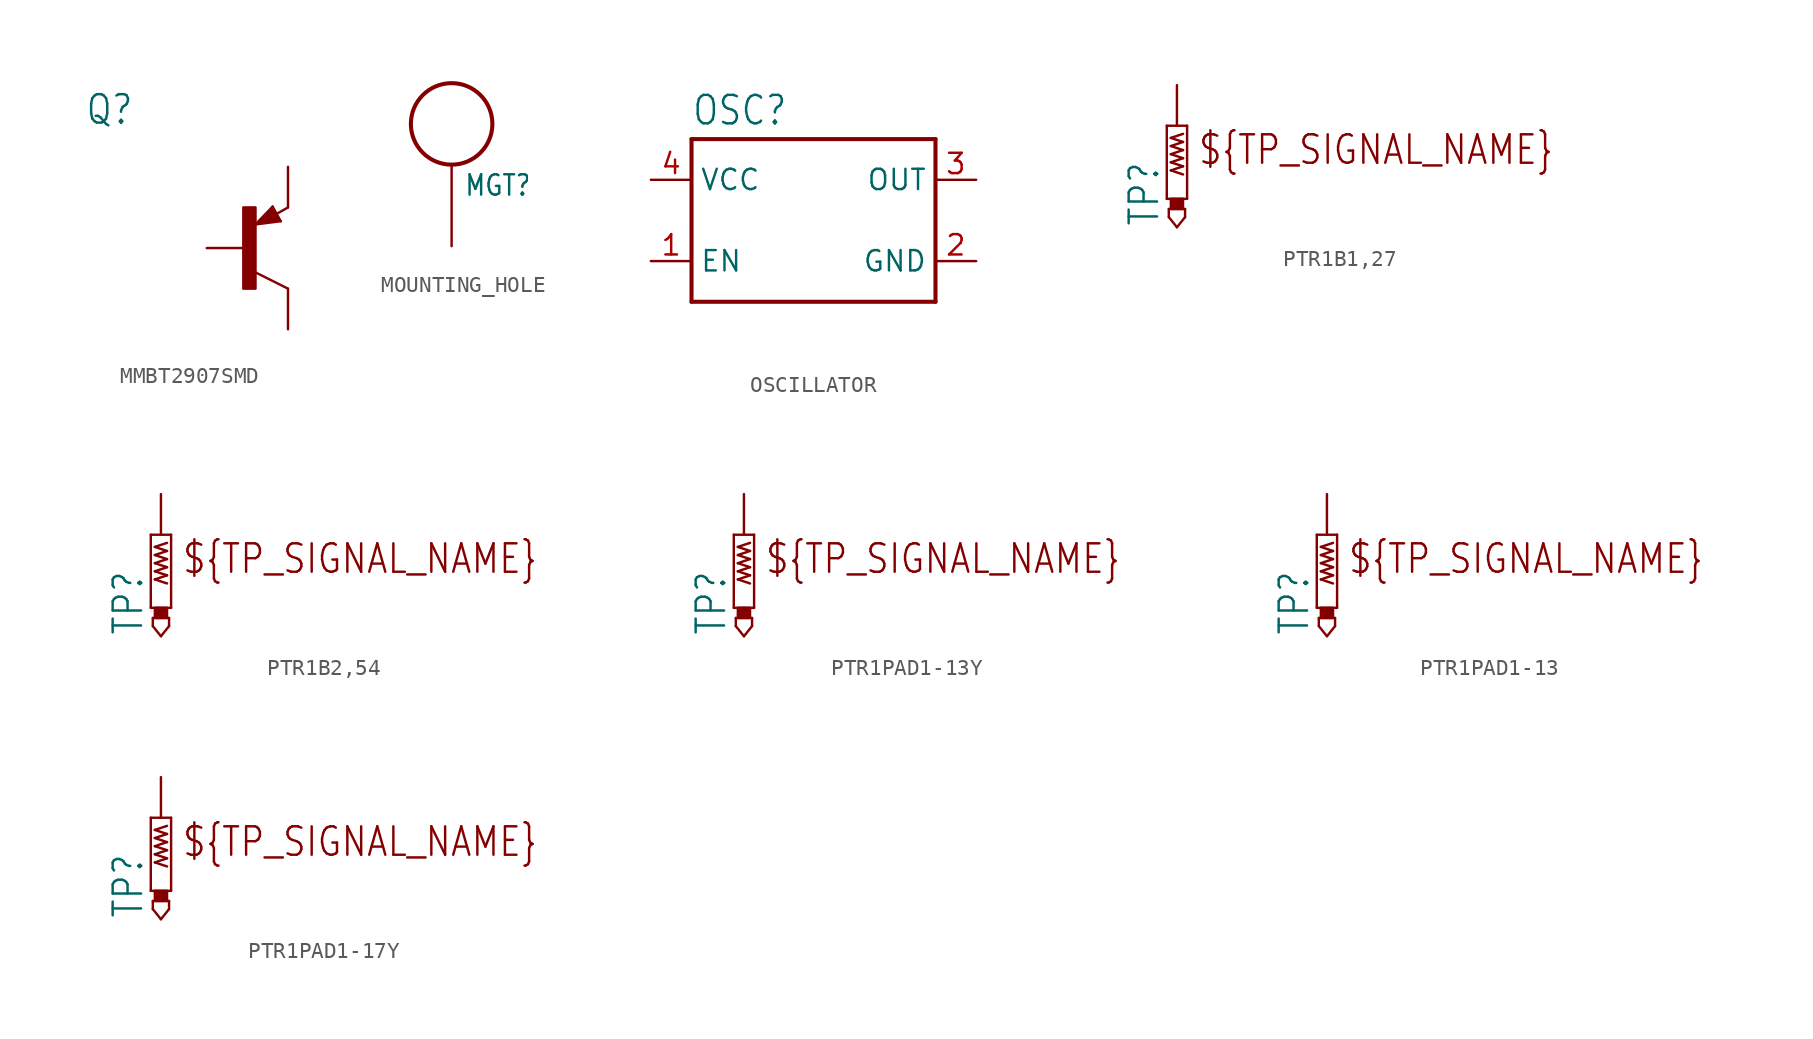
<source format=kicad_sym>
(kicad_symbol_lib
  (version 20231120)
  (generator "kicad_symbol_editor")
  (generator_version "8.0")
  (symbol "MMBT2907SMD"
    (property "Reference" "Q"
      (at -10.16 7.62 0)
      (effects (font (size 1.778 1.511)) (justify left bottom)))
    (property "Value" ""
      (at -10.16 5.08 0)
      (effects (font (size 1.778 1.511)) (justify left bottom)))
    (property "ki_locked" ""
      (at 0 0 0)
      (effects (font (size 1.27 1.27))))
    (symbol "MMBT2907SMD_1_0"
      (rectangle (start -0.254 -2.54) (end 0.508 2.54) (stroke (width 0) (type default)) (fill (type outline)))
      (polyline (pts (xy 0.516 1.478) (xy 2.086 1.678)) (stroke (width 0.152) (type solid)) (fill (type none)))
      (polyline (pts (xy 0.762 1.651) (xy 1.778 1.778)) (stroke (width 0.254) (type solid)) (fill (type none)))
      (polyline (pts (xy 1.143 1.905) (xy 1.524 1.905)) (stroke (width 0.254) (type solid)) (fill (type none)))
      (polyline (pts (xy 1.524 2.159) (xy 1.143 1.905)) (stroke (width 0.254) (type solid)) (fill (type none)))
      (polyline (pts (xy 1.524 2.413) (xy 0.762 1.651)) (stroke (width 0.254) (type solid)) (fill (type none)))
      (polyline (pts (xy 1.578 2.594) (xy 0.516 1.478)) (stroke (width 0.152) (type solid)) (fill (type none)))
      (polyline (pts (xy 1.778 1.778) (xy 1.524 2.159)) (stroke (width 0.254) (type solid)) (fill (type none)))
      (polyline (pts (xy 1.905 1.778) (xy 1.524 2.413)) (stroke (width 0.254) (type solid)) (fill (type none)))
      (polyline (pts (xy 2.086 1.678) (xy 1.578 2.594)) (stroke (width 0.152) (type solid)) (fill (type none)))
      (polyline (pts (xy 2.54 -2.54) (xy 0.508 -1.524)) (stroke (width 0.152) (type solid)) (fill (type none)))
      (polyline (pts (xy 2.54 2.54) (xy 1.808 2.124)) (stroke (width 0.152) (type solid)) (fill (type none)))
      (pin passive line (at -2.54 0 0) (length 2.54) (name "B" (effects (font (size 0 0)))) (number "B" (effects (font (size 0 0)))))
      (pin passive line (at 2.54 -5.08 90) (length 2.54) (name "C" (effects (font (size 0 0)))) (number "C" (effects (font (size 0 0)))))
      (pin passive line (at 2.54 5.08 270) (length 2.54) (name "E" (effects (font (size 0 0)))) (number "E" (effects (font (size 0 0)))))))
  (symbol "MOUNTING_HOLE"
    (property "Reference" "MGT"
      (at 0.762 -2.032 0)
      (effects (font (size 1.27 1.079)) (justify left bottom)))
    (property "ki_locked" ""
      (at 0 0 0)
      (effects (font (size 1.27 1.27))))
    (symbol "MOUNTING_HOLE_1_0"
      (circle (center 0 2.54) (radius 2.54) (stroke (width 0.254) (type solid)) (fill (type none)))
      (pin bidirectional line (at 0 -5.08 90) (length 5.08) (name "P$1" (effects (font (size 0 0)))) (number "P$1" (effects (font (size 0 0)))))))
  (symbol "OSCILLATOR"
    (property "Reference" "OSC"
      (at -7.62 5.842 0)
      (effects (font (size 1.778 1.511)) (justify left bottom)))
    (property "Value" ""
      (at -7.62 -7.62 0)
      (effects (font (size 1.778 1.511)) (justify left bottom)))
    (property "ki_locked" ""
      (at 0 0 0)
      (effects (font (size 1.27 1.27))))
    (symbol "OSCILLATOR_1_0"
      (polyline (pts (xy -7.62 -5.08) (xy -7.62 5.08)) (stroke (width 0.254) (type solid)) (fill (type none)))
      (polyline (pts (xy -7.62 5.08) (xy 7.62 5.08)) (stroke (width 0.254) (type solid)) (fill (type none)))
      (polyline (pts (xy 7.62 -5.08) (xy -7.62 -5.08)) (stroke (width 0.254) (type solid)) (fill (type none)))
      (polyline (pts (xy 7.62 5.08) (xy 7.62 -5.08)) (stroke (width 0.254) (type solid)) (fill (type none)))
      (pin bidirectional line (at -10.16 -2.54 0) (length 2.54) (name "EN" (effects (font (size 1.27 1.27)))) (number "1" (effects (font (size 1.27 1.27)))))
      (pin bidirectional line (at 10.16 -2.54 180) (length 2.54) (name "GND" (effects (font (size 1.27 1.27)))) (number "2" (effects (font (size 1.27 1.27)))))
      (pin bidirectional line (at 10.16 2.54 180) (length 2.54) (name "OUT" (effects (font (size 1.27 1.27)))) (number "3" (effects (font (size 1.27 1.27)))))
      (pin bidirectional line (at -10.16 2.54 0) (length 2.54) (name "VCC" (effects (font (size 1.27 1.27)))) (number "4" (effects (font (size 1.27 1.27)))))))
  (symbol "PTR1B1,27"
    (property "Reference" "TP"
      (at -1.016 -6.35 90)
      (effects (font (size 1.778 1.511)) (justify left bottom)))
    (property "ki_locked" ""
      (at 0 0 0)
      (effects (font (size 1.27 1.27))))
    (symbol "PTR1B1,27_1_0"
      (rectangle (start -0.381 -5.207) (end 0.381 -4.572) (stroke (width 0) (type default)) (fill (type outline)))
      (polyline (pts (xy -0.635 0) (xy -0.635 -4.572)) (stroke (width 0.152) (type solid)) (fill (type none)))
      (polyline (pts (xy -0.508 -5.715) (xy 0 -6.35)) (stroke (width 0.152) (type solid)) (fill (type none)))
      (polyline (pts (xy -0.508 -5.207) (xy -0.508 -5.715)) (stroke (width 0.152) (type solid)) (fill (type none)))
      (polyline (pts (xy -0.381 -2.794) (xy 0.381 -2.54)) (stroke (width 0.152) (type solid)) (fill (type none)))
      (polyline (pts (xy -0.381 -2.286) (xy 0.381 -2.032)) (stroke (width 0.152) (type solid)) (fill (type none)))
      (polyline (pts (xy -0.381 -1.778) (xy 0.381 -1.524)) (stroke (width 0.152) (type solid)) (fill (type none)))
      (polyline (pts (xy -0.381 -1.27) (xy 0.381 -1.016)) (stroke (width 0.152) (type solid)) (fill (type none)))
      (polyline (pts (xy -0.381 -0.762) (xy 0.381 -0.508)) (stroke (width 0.152) (type solid)) (fill (type none)))
      (polyline (pts (xy 0 -6.35) (xy 0.508 -5.715)) (stroke (width 0.152) (type solid)) (fill (type none)))
      (polyline (pts (xy 0.381 -3.048) (xy -0.381 -2.794)) (stroke (width 0.152) (type solid)) (fill (type none)))
      (polyline (pts (xy 0.381 -2.54) (xy -0.381 -2.286)) (stroke (width 0.152) (type solid)) (fill (type none)))
      (polyline (pts (xy 0.381 -2.032) (xy -0.381 -1.778)) (stroke (width 0.152) (type solid)) (fill (type none)))
      (polyline (pts (xy 0.381 -1.524) (xy -0.381 -1.27)) (stroke (width 0.152) (type solid)) (fill (type none)))
      (polyline (pts (xy 0.381 -1.016) (xy -0.381 -0.762)) (stroke (width 0.152) (type solid)) (fill (type none)))
      (polyline (pts (xy 0.508 -5.715) (xy 0.508 -5.207)) (stroke (width 0.152) (type solid)) (fill (type none)))
      (polyline (pts (xy 0.508 -5.207) (xy -0.508 -5.207)) (stroke (width 0.152) (type solid)) (fill (type none)))
      (polyline (pts (xy 0.635 -4.572) (xy -0.635 -4.572)) (stroke (width 0.152) (type solid)) (fill (type none)))
      (polyline (pts (xy 0.635 -4.572) (xy 0.635 0)) (stroke (width 0.152) (type solid)) (fill (type none)))
      (polyline (pts (xy 0.635 0) (xy -0.635 0)) (stroke (width 0.152) (type solid)) (fill (type none)))
      (text "${TP_SIGNAL_NAME}" (at 1.27 -2.54 0) (effects (font (size 1.778 1.511)) (justify left bottom)))
      (pin input line (at 0 2.54 270) (length 2.54) (name "TP" (effects (font (size 0 0)))) (number "TP" (effects (font (size 0 0)))))))
  (symbol "PTR1B2,54"
    (property "Reference" "TP"
      (at -1.016 -6.35 90)
      (effects (font (size 1.778 1.511)) (justify left bottom)))
    (property "ki_locked" ""
      (at 0 0 0)
      (effects (font (size 1.27 1.27))))
    (symbol "PTR1B2,54_1_0"
      (rectangle (start -0.381 -5.207) (end 0.381 -4.572) (stroke (width 0) (type default)) (fill (type outline)))
      (polyline (pts (xy -0.635 0) (xy -0.635 -4.572)) (stroke (width 0.152) (type solid)) (fill (type none)))
      (polyline (pts (xy -0.508 -5.715) (xy 0 -6.35)) (stroke (width 0.152) (type solid)) (fill (type none)))
      (polyline (pts (xy -0.508 -5.207) (xy -0.508 -5.715)) (stroke (width 0.152) (type solid)) (fill (type none)))
      (polyline (pts (xy -0.381 -2.794) (xy 0.381 -2.54)) (stroke (width 0.152) (type solid)) (fill (type none)))
      (polyline (pts (xy -0.381 -2.286) (xy 0.381 -2.032)) (stroke (width 0.152) (type solid)) (fill (type none)))
      (polyline (pts (xy -0.381 -1.778) (xy 0.381 -1.524)) (stroke (width 0.152) (type solid)) (fill (type none)))
      (polyline (pts (xy -0.381 -1.27) (xy 0.381 -1.016)) (stroke (width 0.152) (type solid)) (fill (type none)))
      (polyline (pts (xy -0.381 -0.762) (xy 0.381 -0.508)) (stroke (width 0.152) (type solid)) (fill (type none)))
      (polyline (pts (xy 0 -6.35) (xy 0.508 -5.715)) (stroke (width 0.152) (type solid)) (fill (type none)))
      (polyline (pts (xy 0.381 -3.048) (xy -0.381 -2.794)) (stroke (width 0.152) (type solid)) (fill (type none)))
      (polyline (pts (xy 0.381 -2.54) (xy -0.381 -2.286)) (stroke (width 0.152) (type solid)) (fill (type none)))
      (polyline (pts (xy 0.381 -2.032) (xy -0.381 -1.778)) (stroke (width 0.152) (type solid)) (fill (type none)))
      (polyline (pts (xy 0.381 -1.524) (xy -0.381 -1.27)) (stroke (width 0.152) (type solid)) (fill (type none)))
      (polyline (pts (xy 0.381 -1.016) (xy -0.381 -0.762)) (stroke (width 0.152) (type solid)) (fill (type none)))
      (polyline (pts (xy 0.508 -5.715) (xy 0.508 -5.207)) (stroke (width 0.152) (type solid)) (fill (type none)))
      (polyline (pts (xy 0.508 -5.207) (xy -0.508 -5.207)) (stroke (width 0.152) (type solid)) (fill (type none)))
      (polyline (pts (xy 0.635 -4.572) (xy -0.635 -4.572)) (stroke (width 0.152) (type solid)) (fill (type none)))
      (polyline (pts (xy 0.635 -4.572) (xy 0.635 0)) (stroke (width 0.152) (type solid)) (fill (type none)))
      (polyline (pts (xy 0.635 0) (xy -0.635 0)) (stroke (width 0.152) (type solid)) (fill (type none)))
      (text "${TP_SIGNAL_NAME}" (at 1.27 -2.54 0) (effects (font (size 1.778 1.511)) (justify left bottom)))
      (pin input line (at 0 2.54 270) (length 2.54) (name "TP" (effects (font (size 0 0)))) (number "TP" (effects (font (size 0 0)))))))
  (symbol "PTR1PAD1-13Y"
    (property "Reference" "TP"
      (at -1.016 -6.35 90)
      (effects (font (size 1.778 1.511)) (justify left bottom)))
    (property "ki_locked" ""
      (at 0 0 0)
      (effects (font (size 1.27 1.27))))
    (symbol "PTR1PAD1-13Y_1_0"
      (rectangle (start -0.381 -5.207) (end 0.381 -4.572) (stroke (width 0) (type default)) (fill (type outline)))
      (polyline (pts (xy -0.635 0) (xy -0.635 -4.572)) (stroke (width 0.152) (type solid)) (fill (type none)))
      (polyline (pts (xy -0.508 -5.715) (xy 0 -6.35)) (stroke (width 0.152) (type solid)) (fill (type none)))
      (polyline (pts (xy -0.508 -5.207) (xy -0.508 -5.715)) (stroke (width 0.152) (type solid)) (fill (type none)))
      (polyline (pts (xy -0.381 -2.794) (xy 0.381 -2.54)) (stroke (width 0.152) (type solid)) (fill (type none)))
      (polyline (pts (xy -0.381 -2.286) (xy 0.381 -2.032)) (stroke (width 0.152) (type solid)) (fill (type none)))
      (polyline (pts (xy -0.381 -1.778) (xy 0.381 -1.524)) (stroke (width 0.152) (type solid)) (fill (type none)))
      (polyline (pts (xy -0.381 -1.27) (xy 0.381 -1.016)) (stroke (width 0.152) (type solid)) (fill (type none)))
      (polyline (pts (xy -0.381 -0.762) (xy 0.381 -0.508)) (stroke (width 0.152) (type solid)) (fill (type none)))
      (polyline (pts (xy 0 -6.35) (xy 0.508 -5.715)) (stroke (width 0.152) (type solid)) (fill (type none)))
      (polyline (pts (xy 0.381 -3.048) (xy -0.381 -2.794)) (stroke (width 0.152) (type solid)) (fill (type none)))
      (polyline (pts (xy 0.381 -2.54) (xy -0.381 -2.286)) (stroke (width 0.152) (type solid)) (fill (type none)))
      (polyline (pts (xy 0.381 -2.032) (xy -0.381 -1.778)) (stroke (width 0.152) (type solid)) (fill (type none)))
      (polyline (pts (xy 0.381 -1.524) (xy -0.381 -1.27)) (stroke (width 0.152) (type solid)) (fill (type none)))
      (polyline (pts (xy 0.381 -1.016) (xy -0.381 -0.762)) (stroke (width 0.152) (type solid)) (fill (type none)))
      (polyline (pts (xy 0.508 -5.715) (xy 0.508 -5.207)) (stroke (width 0.152) (type solid)) (fill (type none)))
      (polyline (pts (xy 0.508 -5.207) (xy -0.508 -5.207)) (stroke (width 0.152) (type solid)) (fill (type none)))
      (polyline (pts (xy 0.635 -4.572) (xy -0.635 -4.572)) (stroke (width 0.152) (type solid)) (fill (type none)))
      (polyline (pts (xy 0.635 -4.572) (xy 0.635 0)) (stroke (width 0.152) (type solid)) (fill (type none)))
      (polyline (pts (xy 0.635 0) (xy -0.635 0)) (stroke (width 0.152) (type solid)) (fill (type none)))
      (text "${TP_SIGNAL_NAME}" (at 1.27 -2.54 0) (effects (font (size 1.778 1.511)) (justify left bottom)))
      (pin input line (at 0 2.54 270) (length 2.54) (name "TP" (effects (font (size 0 0)))) (number "TP" (effects (font (size 0 0)))))))
  (symbol "PTR1PAD1-13"
    (property "Reference" "TP"
      (at -1.016 -6.35 90)
      (effects (font (size 1.778 1.511)) (justify left bottom)))
    (property "ki_locked" ""
      (at 0 0 0)
      (effects (font (size 1.27 1.27))))
    (symbol "PTR1PAD1-13_1_0"
      (rectangle (start -0.381 -5.207) (end 0.381 -4.572) (stroke (width 0) (type default)) (fill (type outline)))
      (polyline (pts (xy -0.635 0) (xy -0.635 -4.572)) (stroke (width 0.152) (type solid)) (fill (type none)))
      (polyline (pts (xy -0.508 -5.715) (xy 0 -6.35)) (stroke (width 0.152) (type solid)) (fill (type none)))
      (polyline (pts (xy -0.508 -5.207) (xy -0.508 -5.715)) (stroke (width 0.152) (type solid)) (fill (type none)))
      (polyline (pts (xy -0.381 -2.794) (xy 0.381 -2.54)) (stroke (width 0.152) (type solid)) (fill (type none)))
      (polyline (pts (xy -0.381 -2.286) (xy 0.381 -2.032)) (stroke (width 0.152) (type solid)) (fill (type none)))
      (polyline (pts (xy -0.381 -1.778) (xy 0.381 -1.524)) (stroke (width 0.152) (type solid)) (fill (type none)))
      (polyline (pts (xy -0.381 -1.27) (xy 0.381 -1.016)) (stroke (width 0.152) (type solid)) (fill (type none)))
      (polyline (pts (xy -0.381 -0.762) (xy 0.381 -0.508)) (stroke (width 0.152) (type solid)) (fill (type none)))
      (polyline (pts (xy 0 -6.35) (xy 0.508 -5.715)) (stroke (width 0.152) (type solid)) (fill (type none)))
      (polyline (pts (xy 0.381 -3.048) (xy -0.381 -2.794)) (stroke (width 0.152) (type solid)) (fill (type none)))
      (polyline (pts (xy 0.381 -2.54) (xy -0.381 -2.286)) (stroke (width 0.152) (type solid)) (fill (type none)))
      (polyline (pts (xy 0.381 -2.032) (xy -0.381 -1.778)) (stroke (width 0.152) (type solid)) (fill (type none)))
      (polyline (pts (xy 0.381 -1.524) (xy -0.381 -1.27)) (stroke (width 0.152) (type solid)) (fill (type none)))
      (polyline (pts (xy 0.381 -1.016) (xy -0.381 -0.762)) (stroke (width 0.152) (type solid)) (fill (type none)))
      (polyline (pts (xy 0.508 -5.715) (xy 0.508 -5.207)) (stroke (width 0.152) (type solid)) (fill (type none)))
      (polyline (pts (xy 0.508 -5.207) (xy -0.508 -5.207)) (stroke (width 0.152) (type solid)) (fill (type none)))
      (polyline (pts (xy 0.635 -4.572) (xy -0.635 -4.572)) (stroke (width 0.152) (type solid)) (fill (type none)))
      (polyline (pts (xy 0.635 -4.572) (xy 0.635 0)) (stroke (width 0.152) (type solid)) (fill (type none)))
      (polyline (pts (xy 0.635 0) (xy -0.635 0)) (stroke (width 0.152) (type solid)) (fill (type none)))
      (text "${TP_SIGNAL_NAME}" (at 1.27 -2.54 0) (effects (font (size 1.778 1.511)) (justify left bottom)))
      (pin input line (at 0 2.54 270) (length 2.54) (name "TP" (effects (font (size 0 0)))) (number "TP" (effects (font (size 0 0)))))))
  (symbol "PTR1PAD1-17Y"
    (property "Reference" "TP"
      (at -1.016 -6.35 90)
      (effects (font (size 1.778 1.511)) (justify left bottom)))
    (property "ki_locked" ""
      (at 0 0 0)
      (effects (font (size 1.27 1.27))))
    (symbol "PTR1PAD1-17Y_1_0"
      (rectangle (start -0.381 -5.207) (end 0.381 -4.572) (stroke (width 0) (type default)) (fill (type outline)))
      (polyline (pts (xy -0.635 0) (xy -0.635 -4.572)) (stroke (width 0.152) (type solid)) (fill (type none)))
      (polyline (pts (xy -0.508 -5.715) (xy 0 -6.35)) (stroke (width 0.152) (type solid)) (fill (type none)))
      (polyline (pts (xy -0.508 -5.207) (xy -0.508 -5.715)) (stroke (width 0.152) (type solid)) (fill (type none)))
      (polyline (pts (xy -0.381 -2.794) (xy 0.381 -2.54)) (stroke (width 0.152) (type solid)) (fill (type none)))
      (polyline (pts (xy -0.381 -2.286) (xy 0.381 -2.032)) (stroke (width 0.152) (type solid)) (fill (type none)))
      (polyline (pts (xy -0.381 -1.778) (xy 0.381 -1.524)) (stroke (width 0.152) (type solid)) (fill (type none)))
      (polyline (pts (xy -0.381 -1.27) (xy 0.381 -1.016)) (stroke (width 0.152) (type solid)) (fill (type none)))
      (polyline (pts (xy -0.381 -0.762) (xy 0.381 -0.508)) (stroke (width 0.152) (type solid)) (fill (type none)))
      (polyline (pts (xy 0 -6.35) (xy 0.508 -5.715)) (stroke (width 0.152) (type solid)) (fill (type none)))
      (polyline (pts (xy 0.381 -3.048) (xy -0.381 -2.794)) (stroke (width 0.152) (type solid)) (fill (type none)))
      (polyline (pts (xy 0.381 -2.54) (xy -0.381 -2.286)) (stroke (width 0.152) (type solid)) (fill (type none)))
      (polyline (pts (xy 0.381 -2.032) (xy -0.381 -1.778)) (stroke (width 0.152) (type solid)) (fill (type none)))
      (polyline (pts (xy 0.381 -1.524) (xy -0.381 -1.27)) (stroke (width 0.152) (type solid)) (fill (type none)))
      (polyline (pts (xy 0.381 -1.016) (xy -0.381 -0.762)) (stroke (width 0.152) (type solid)) (fill (type none)))
      (polyline (pts (xy 0.508 -5.715) (xy 0.508 -5.207)) (stroke (width 0.152) (type solid)) (fill (type none)))
      (polyline (pts (xy 0.508 -5.207) (xy -0.508 -5.207)) (stroke (width 0.152) (type solid)) (fill (type none)))
      (polyline (pts (xy 0.635 -4.572) (xy -0.635 -4.572)) (stroke (width 0.152) (type solid)) (fill (type none)))
      (polyline (pts (xy 0.635 -4.572) (xy 0.635 0)) (stroke (width 0.152) (type solid)) (fill (type none)))
      (polyline (pts (xy 0.635 0) (xy -0.635 0)) (stroke (width 0.152) (type solid)) (fill (type none)))
      (text "${TP_SIGNAL_NAME}" (at 1.27 -2.54 0) (effects (font (size 1.778 1.511)) (justify left bottom)))
      (pin input line (at 0 2.54 270) (length 2.54) (name "TP" (effects (font (size 0 0)))) (number "TP" (effects (font (size 0 0))))))))
</source>
